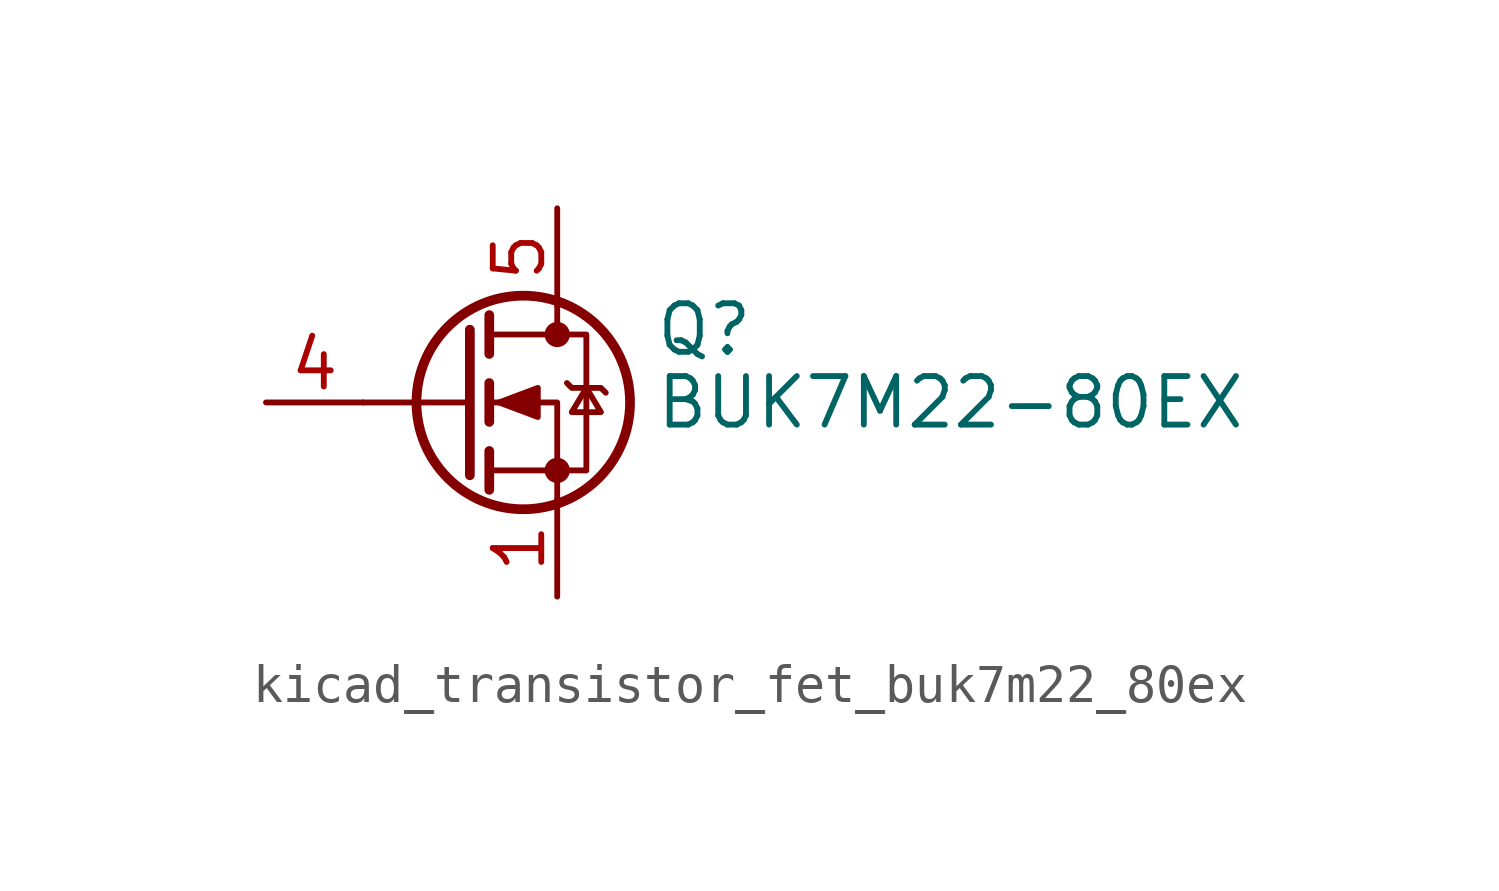
<source format=kicad_sym>
(kicad_symbol_lib
  (version 20220914)
  (generator kicad_symbol_editor)
  (symbol "kicad_transistor_fet_buk7m22_80ex"
    (pin_names hide)
    (property "Reference" "Q"
      (at 5.08 1.905 0)
      (effects (font (size 1.27 1.27)) (justify left)))
    (property "Value" "BUK7M22-80EX"
      (at 5.08 0 0)
      (effects (font (size 1.27 1.27)) (justify left)))
    (symbol "kicad_transistor_fet_buk7m22_80ex_0_1"
      (polyline (pts (xy 0.254 0) (xy -2.54 0)) (stroke (width 0) (type default)) (fill (type none)))
      (polyline (pts (xy 0.254 1.905) (xy 0.254 -1.905)) (stroke (width 0.254) (type default)) (fill (type none)))
      (polyline (pts (xy 0.762 -1.27) (xy 0.762 -2.286)) (stroke (width 0.254) (type default)) (fill (type none)))
      (polyline (pts (xy 0.762 0.508) (xy 0.762 -0.508)) (stroke (width 0.254) (type default)) (fill (type none)))
      (polyline (pts (xy 0.762 2.286) (xy 0.762 1.27)) (stroke (width 0.254) (type default)) (fill (type none)))
      (polyline (pts (xy 2.54 2.54) (xy 2.54 1.778)) (stroke (width 0) (type default)) (fill (type none)))
      (polyline (pts (xy 2.54 -2.54) (xy 2.54 0) (xy 0.762 0)) (stroke (width 0) (type default)) (fill (type none)))
      (polyline (pts (xy 0.762 -1.778) (xy 3.302 -1.778) (xy 3.302 1.778) (xy 0.762 1.778)) (stroke (width 0) (type default)) (fill (type none)))
      (polyline (pts (xy 1.016 0) (xy 2.032 0.381) (xy 2.032 -0.381) (xy 1.016 0)) (stroke (width 0) (type default)) (fill (type outline)))
      (polyline (pts (xy 2.794 0.508) (xy 2.921 0.381) (xy 3.683 0.381) (xy 3.81 0.254)) (stroke (width 0) (type default)) (fill (type none)))
      (polyline (pts (xy 3.302 0.381) (xy 2.921 -0.254) (xy 3.683 -0.254) (xy 3.302 0.381)) (stroke (width 0) (type default)) (fill (type none)))
      (circle (center 1.651 0) (radius 2.794) (stroke (width 0.254) (type default)) (fill (type none)))
      (circle (center 2.54 -1.778) (radius 0.254) (stroke (width 0) (type default)) (fill (type outline)))
      (circle (center 2.54 1.778) (radius 0.254) (stroke (width 0) (type default)) (fill (type outline))))
    (symbol "kicad_transistor_fet_buk7m22_80ex_1_1"
      (pin passive line (at 2.54 -5.08 90) (length 2.54) (name "S" (effects (font (size 1.27 1.27)))) (number "1" (effects (font (size 1.27 1.27)))))
      (pin passive line (at 2.54 -5.08 90) (length 2.54) hide (name "S" (effects (font (size 1.27 1.27)))) (number "2" (effects (font (size 1.27 1.27)))))
      (pin passive line (at 2.54 -5.08 90) (length 2.54) hide (name "S" (effects (font (size 1.27 1.27)))) (number "3" (effects (font (size 1.27 1.27)))))
      (pin passive line (at -5.08 0 0) (length 2.54) (name "G" (effects (font (size 1.27 1.27)))) (number "4" (effects (font (size 1.27 1.27)))))
      (pin passive line (at 2.54 5.08 270) (length 2.54) (name "D" (effects (font (size 1.27 1.27)))) (number "5" (effects (font (size 1.27 1.27))))))))
</source>
